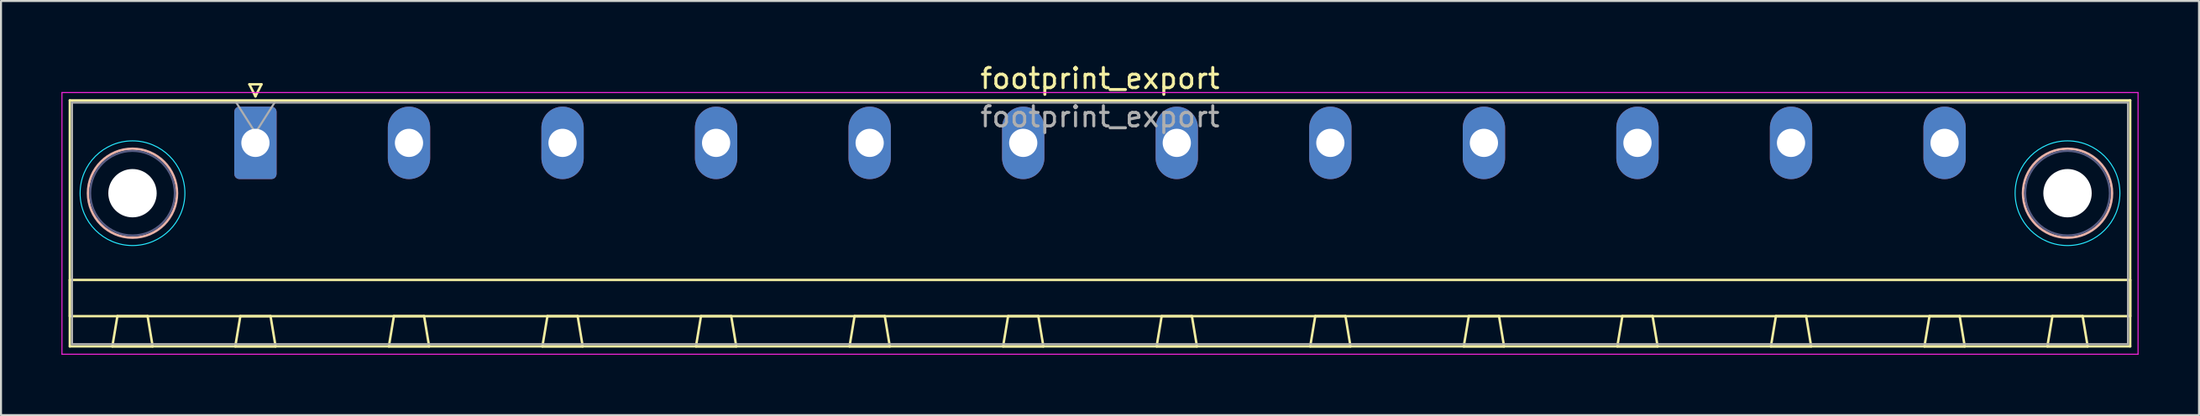
<source format=kicad_pcb>
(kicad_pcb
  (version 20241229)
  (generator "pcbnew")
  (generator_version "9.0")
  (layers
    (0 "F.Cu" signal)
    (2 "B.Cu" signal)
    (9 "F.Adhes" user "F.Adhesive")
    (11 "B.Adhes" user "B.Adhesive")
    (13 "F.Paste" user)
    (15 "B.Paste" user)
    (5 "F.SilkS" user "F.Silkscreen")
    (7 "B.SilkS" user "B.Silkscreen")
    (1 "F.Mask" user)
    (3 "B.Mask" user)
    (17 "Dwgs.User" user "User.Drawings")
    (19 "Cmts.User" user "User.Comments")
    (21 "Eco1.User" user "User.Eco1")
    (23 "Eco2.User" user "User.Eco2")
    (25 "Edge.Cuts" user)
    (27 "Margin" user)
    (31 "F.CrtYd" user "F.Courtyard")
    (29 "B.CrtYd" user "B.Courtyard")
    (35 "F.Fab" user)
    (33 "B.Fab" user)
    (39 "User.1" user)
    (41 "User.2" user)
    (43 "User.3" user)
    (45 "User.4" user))
  (footprint "footprint_export"
    (layer "F.Cu")
    (at 9.625 4.048)
    (property "Reference" "footprint_export" (at 41.91 -3.2 0) (layer "F.SilkS") (effects (font (size 1 1) (thickness 0.15))))
    (attr through_hole)
    (fp_line (start -9.21 -2.11) (end -9.21 10.11) (stroke (width 0.12) (type solid)) (layer "F.SilkS"))
    (fp_line (start -9.21 6.81) (end 93.03 6.81) (stroke (width 0.12) (type solid)) (layer "F.SilkS"))
    (fp_line (start -9.21 8.61) (end -9.21 6.81) (stroke (width 0.12) (type solid)) (layer "F.SilkS"))
    (fp_line (start -9.21 10.11) (end 93.03 10.11) (stroke (width 0.12) (type solid)) (layer "F.SilkS"))
    (fp_line (start -7.1 10.11) (end -5.1 10.11) (stroke (width 0.12) (type solid)) (layer "F.SilkS"))
    (fp_line (start -6.85 8.61) (end -7.1 10.11) (stroke (width 0.12) (type solid)) (layer "F.SilkS"))
    (fp_line (start -5.35 8.61) (end -6.85 8.61) (stroke (width 0.12) (type solid)) (layer "F.SilkS"))
    (fp_line (start -5.1 10.11) (end -5.35 8.61) (stroke (width 0.12) (type solid)) (layer "F.SilkS"))
    (fp_line (start -1 10.11) (end 1 10.11) (stroke (width 0.12) (type solid)) (layer "F.SilkS"))
    (fp_line (start -0.75 8.61) (end -1 10.11) (stroke (width 0.12) (type solid)) (layer "F.SilkS"))
    (fp_line (start -0.3 -2.91) (end 0.3 -2.91) (stroke (width 0.12) (type solid)) (layer "F.SilkS"))
    (fp_line (start 0 -2.31) (end -0.3 -2.91) (stroke (width 0.12) (type solid)) (layer "F.SilkS"))
    (fp_line (start 0.3 -2.91) (end 0 -2.31) (stroke (width 0.12) (type solid)) (layer "F.SilkS"))
    (fp_line (start 0.75 8.61) (end -0.75 8.61) (stroke (width 0.12) (type solid)) (layer "F.SilkS"))
    (fp_line (start 1 10.11) (end 0.75 8.61) (stroke (width 0.12) (type solid)) (layer "F.SilkS"))
    (fp_line (start 6.62 10.11) (end 8.62 10.11) (stroke (width 0.12) (type solid)) (layer "F.SilkS"))
    (fp_line (start 6.87 8.61) (end 6.62 10.11) (stroke (width 0.12) (type solid)) (layer "F.SilkS"))
    (fp_line (start 8.37 8.61) (end 6.87 8.61) (stroke (width 0.12) (type solid)) (layer "F.SilkS"))
    (fp_line (start 8.62 10.11) (end 8.37 8.61) (stroke (width 0.12) (type solid)) (layer "F.SilkS"))
    (fp_line (start 14.24 10.11) (end 16.24 10.11) (stroke (width 0.12) (type solid)) (layer "F.SilkS"))
    (fp_line (start 14.49 8.61) (end 14.24 10.11) (stroke (width 0.12) (type solid)) (layer "F.SilkS"))
    (fp_line (start 15.99 8.61) (end 14.49 8.61) (stroke (width 0.12) (type solid)) (layer "F.SilkS"))
    (fp_line (start 16.24 10.11) (end 15.99 8.61) (stroke (width 0.12) (type solid)) (layer "F.SilkS"))
    (fp_line (start 21.86 10.11) (end 23.86 10.11) (stroke (width 0.12) (type solid)) (layer "F.SilkS"))
    (fp_line (start 22.11 8.61) (end 21.86 10.11) (stroke (width 0.12) (type solid)) (layer "F.SilkS"))
    (fp_line (start 23.61 8.61) (end 22.11 8.61) (stroke (width 0.12) (type solid)) (layer "F.SilkS"))
    (fp_line (start 23.86 10.11) (end 23.61 8.61) (stroke (width 0.12) (type solid)) (layer "F.SilkS"))
    (fp_line (start 29.48 10.11) (end 31.48 10.11) (stroke (width 0.12) (type solid)) (layer "F.SilkS"))
    (fp_line (start 29.73 8.61) (end 29.48 10.11) (stroke (width 0.12) (type solid)) (layer "F.SilkS"))
    (fp_line (start 31.23 8.61) (end 29.73 8.61) (stroke (width 0.12) (type solid)) (layer "F.SilkS"))
    (fp_line (start 31.48 10.11) (end 31.23 8.61) (stroke (width 0.12) (type solid)) (layer "F.SilkS"))
    (fp_line (start 37.1 10.11) (end 39.1 10.11) (stroke (width 0.12) (type solid)) (layer "F.SilkS"))
    (fp_line (start 37.35 8.61) (end 37.1 10.11) (stroke (width 0.12) (type solid)) (layer "F.SilkS"))
    (fp_line (start 38.85 8.61) (end 37.35 8.61) (stroke (width 0.12) (type solid)) (layer "F.SilkS"))
    (fp_line (start 39.1 10.11) (end 38.85 8.61) (stroke (width 0.12) (type solid)) (layer "F.SilkS"))
    (fp_line (start 44.72 10.11) (end 46.72 10.11) (stroke (width 0.12) (type solid)) (layer "F.SilkS"))
    (fp_line (start 44.97 8.61) (end 44.72 10.11) (stroke (width 0.12) (type solid)) (layer "F.SilkS"))
    (fp_line (start 46.47 8.61) (end 44.97 8.61) (stroke (width 0.12) (type solid)) (layer "F.SilkS"))
    (fp_line (start 46.72 10.11) (end 46.47 8.61) (stroke (width 0.12) (type solid)) (layer "F.SilkS"))
    (fp_line (start 52.34 10.11) (end 54.34 10.11) (stroke (width 0.12) (type solid)) (layer "F.SilkS"))
    (fp_line (start 52.59 8.61) (end 52.34 10.11) (stroke (width 0.12) (type solid)) (layer "F.SilkS"))
    (fp_line (start 54.09 8.61) (end 52.59 8.61) (stroke (width 0.12) (type solid)) (layer "F.SilkS"))
    (fp_line (start 54.34 10.11) (end 54.09 8.61) (stroke (width 0.12) (type solid)) (layer "F.SilkS"))
    (fp_line (start 59.96 10.11) (end 61.96 10.11) (stroke (width 0.12) (type solid)) (layer "F.SilkS"))
    (fp_line (start 60.21 8.61) (end 59.96 10.11) (stroke (width 0.12) (type solid)) (layer "F.SilkS"))
    (fp_line (start 61.71 8.61) (end 60.21 8.61) (stroke (width 0.12) (type solid)) (layer "F.SilkS"))
    (fp_line (start 61.96 10.11) (end 61.71 8.61) (stroke (width 0.12) (type solid)) (layer "F.SilkS"))
    (fp_line (start 67.58 10.11) (end 69.58 10.11) (stroke (width 0.12) (type solid)) (layer "F.SilkS"))
    (fp_line (start 67.83 8.61) (end 67.58 10.11) (stroke (width 0.12) (type solid)) (layer "F.SilkS"))
    (fp_line (start 69.33 8.61) (end 67.83 8.61) (stroke (width 0.12) (type solid)) (layer "F.SilkS"))
    (fp_line (start 69.58 10.11) (end 69.33 8.61) (stroke (width 0.12) (type solid)) (layer "F.SilkS"))
    (fp_line (start 75.2 10.11) (end 77.2 10.11) (stroke (width 0.12) (type solid)) (layer "F.SilkS"))
    (fp_line (start 75.45 8.61) (end 75.2 10.11) (stroke (width 0.12) (type solid)) (layer "F.SilkS"))
    (fp_line (start 76.95 8.61) (end 75.45 8.61) (stroke (width 0.12) (type solid)) (layer "F.SilkS"))
    (fp_line (start 77.2 10.11) (end 76.95 8.61) (stroke (width 0.12) (type solid)) (layer "F.SilkS"))
    (fp_line (start 82.82 10.11) (end 84.82 10.11) (stroke (width 0.12) (type solid)) (layer "F.SilkS"))
    (fp_line (start 83.07 8.61) (end 82.82 10.11) (stroke (width 0.12) (type solid)) (layer "F.SilkS"))
    (fp_line (start 84.57 8.61) (end 83.07 8.61) (stroke (width 0.12) (type solid)) (layer "F.SilkS"))
    (fp_line (start 84.82 10.11) (end 84.57 8.61) (stroke (width 0.12) (type solid)) (layer "F.SilkS"))
    (fp_line (start 88.92 10.11) (end 90.92 10.11) (stroke (width 0.12) (type solid)) (layer "F.SilkS"))
    (fp_line (start 89.17 8.61) (end 88.92 10.11) (stroke (width 0.12) (type solid)) (layer "F.SilkS"))
    (fp_line (start 90.67 8.61) (end 89.17 8.61) (stroke (width 0.12) (type solid)) (layer "F.SilkS"))
    (fp_line (start 90.92 10.11) (end 90.67 8.61) (stroke (width 0.12) (type solid)) (layer "F.SilkS"))
    (fp_line (start 93.03 -2.11) (end -9.21 -2.11) (stroke (width 0.12) (type solid)) (layer "F.SilkS"))
    (fp_line (start 93.03 6.81) (end 93.03 8.61) (stroke (width 0.12) (type solid)) (layer "F.SilkS"))
    (fp_line (start 93.03 8.61) (end -9.21 8.61) (stroke (width 0.12) (type solid)) (layer "F.SilkS"))
    (fp_line (start 93.03 10.11) (end 93.03 -2.11) (stroke (width 0.12) (type solid)) (layer "F.SilkS"))
    (fp_circle (center -6.1 2.5) (end -3.89 2.5) (stroke (width 0.12) (type solid)) (fill no) (layer "B.SilkS"))
    (fp_circle (center 89.92 2.5) (end 92.13 2.5) (stroke (width 0.12) (type solid)) (fill no) (layer "B.SilkS"))
    (fp_circle (center -6.1 2.5) (end -3.5 2.5) (stroke (width 0.05) (type solid)) (fill no) (layer "B.CrtYd"))
    (fp_circle (center 89.92 2.5) (end 92.52 2.5) (stroke (width 0.05) (type solid)) (fill no) (layer "B.CrtYd"))
    (fp_line (start -9.6 -2.5) (end -9.6 10.5) (stroke (width 0.05) (type solid)) (layer "F.CrtYd"))
    (fp_line (start -9.6 10.5) (end 93.42 10.5) (stroke (width 0.05) (type solid)) (layer "F.CrtYd"))
    (fp_line (start 93.42 -2.5) (end -9.6 -2.5) (stroke (width 0.05) (type solid)) (layer "F.CrtYd"))
    (fp_line (start 93.42 10.5) (end 93.42 -2.5) (stroke (width 0.05) (type solid)) (layer "F.CrtYd"))
    (fp_circle (center -6.1 2.5) (end -4 2.5) (stroke (width 0.1) (type solid)) (fill no) (layer "B.Fab"))
    (fp_circle (center 89.92 2.5) (end 92.02 2.5) (stroke (width 0.1) (type solid)) (fill no) (layer "B.Fab"))
    (fp_line (start -9.1 -2) (end -9.1 10) (stroke (width 0.1) (type solid)) (layer "F.Fab"))
    (fp_line (start -9.1 10) (end 92.92 10) (stroke (width 0.1) (type solid)) (layer "F.Fab"))
    (fp_line (start 0 -0.5) (end -0.95 -2) (stroke (width 0.1) (type solid)) (layer "F.Fab"))
    (fp_line (start 0.95 -2) (end 0 -0.5) (stroke (width 0.1) (type solid)) (layer "F.Fab"))
    (fp_line (start 92.92 -2) (end -9.1 -2) (stroke (width 0.1) (type solid)) (layer "F.Fab"))
    (fp_line (start 92.92 10) (end 92.92 -2) (stroke (width 0.1) (type solid)) (layer "F.Fab"))
    (fp_text user "${REFERENCE}" (at 41.91 -1.3 0) (layer "F.Fab") (effects (font (size 1 1) (thickness 0.15))))
    (pad "" np_thru_hole circle (at -6.1 2.5) (size 2.4 2.4) (drill 2.4) (layers "*.Cu" "*.Mask"))
    (pad "" np_thru_hole circle (at 89.92 2.5) (size 2.4 2.4) (drill 2.4) (layers "*.Cu" "*.Mask"))
    (pad "1" thru_hole roundrect (at 0 0) (size 2.1 3.6) (drill 1.4) (layers "*.Cu" "*.Mask") (roundrect_rratio 0.119))
    (pad "2" thru_hole oval (at 7.62 0) (size 2.1 3.6) (drill 1.4) (layers "*.Cu" "*.Mask"))
    (pad "3" thru_hole oval (at 15.24 0) (size 2.1 3.6) (drill 1.4) (layers "*.Cu" "*.Mask"))
    (pad "4" thru_hole oval (at 22.86 0) (size 2.1 3.6) (drill 1.4) (layers "*.Cu" "*.Mask"))
    (pad "5" thru_hole oval (at 30.48 0) (size 2.1 3.6) (drill 1.4) (layers "*.Cu" "*.Mask"))
    (pad "6" thru_hole oval (at 38.1 0) (size 2.1 3.6) (drill 1.4) (layers "*.Cu" "*.Mask"))
    (pad "7" thru_hole oval (at 45.72 0) (size 2.1 3.6) (drill 1.4) (layers "*.Cu" "*.Mask"))
    (pad "8" thru_hole oval (at 53.34 0) (size 2.1 3.6) (drill 1.4) (layers "*.Cu" "*.Mask"))
    (pad "9" thru_hole oval (at 60.96 0) (size 2.1 3.6) (drill 1.4) (layers "*.Cu" "*.Mask"))
    (pad "10" thru_hole oval (at 68.58 0) (size 2.1 3.6) (drill 1.4) (layers "*.Cu" "*.Mask"))
    (pad "11" thru_hole oval (at 76.2 0) (size 2.1 3.6) (drill 1.4) (layers "*.Cu" "*.Mask"))
    (pad "12" thru_hole oval (at 83.82 0) (size 2.1 3.6) (drill 1.4) (layers "*.Cu" "*.Mask")))
  (gr_rect
    (start -3 -3)
    (end 106.07 17.573)
    (stroke (width 0.1) (type default))
    (fill no)
    (layer "Edge.Cuts")))
</source>
